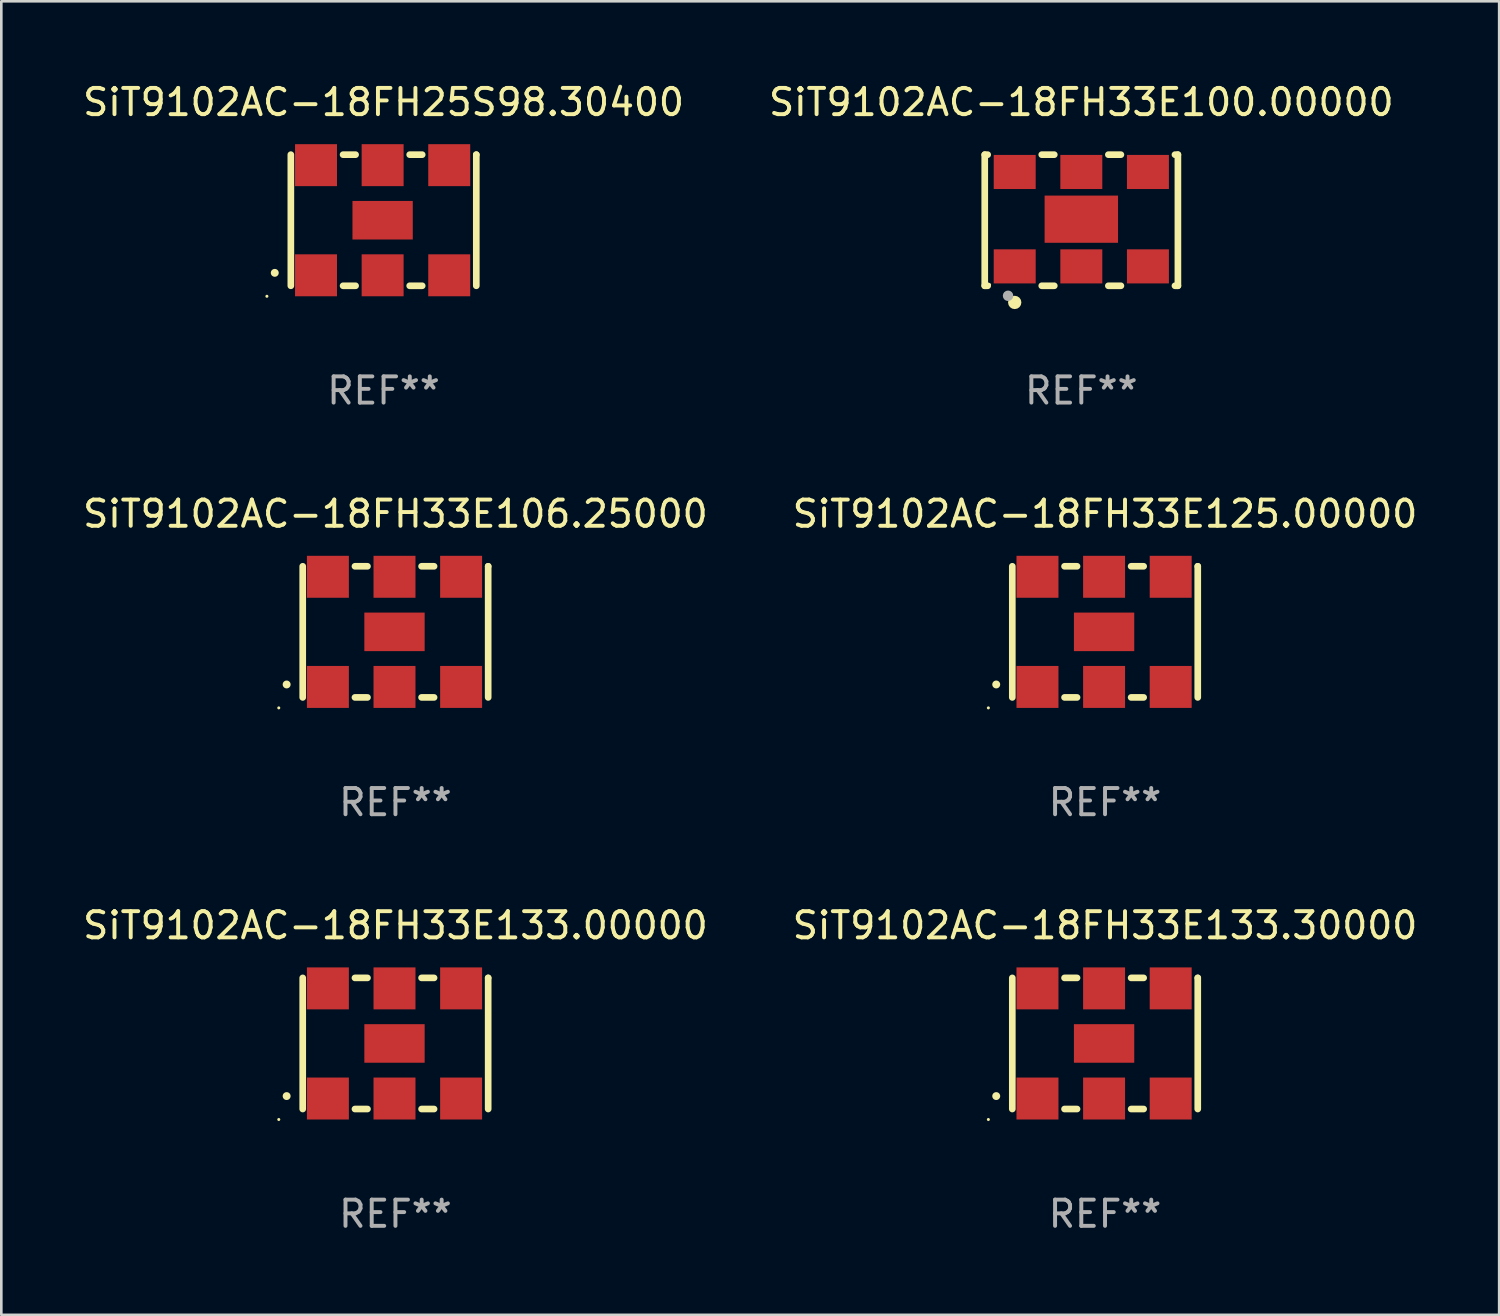
<source format=kicad_pcb>
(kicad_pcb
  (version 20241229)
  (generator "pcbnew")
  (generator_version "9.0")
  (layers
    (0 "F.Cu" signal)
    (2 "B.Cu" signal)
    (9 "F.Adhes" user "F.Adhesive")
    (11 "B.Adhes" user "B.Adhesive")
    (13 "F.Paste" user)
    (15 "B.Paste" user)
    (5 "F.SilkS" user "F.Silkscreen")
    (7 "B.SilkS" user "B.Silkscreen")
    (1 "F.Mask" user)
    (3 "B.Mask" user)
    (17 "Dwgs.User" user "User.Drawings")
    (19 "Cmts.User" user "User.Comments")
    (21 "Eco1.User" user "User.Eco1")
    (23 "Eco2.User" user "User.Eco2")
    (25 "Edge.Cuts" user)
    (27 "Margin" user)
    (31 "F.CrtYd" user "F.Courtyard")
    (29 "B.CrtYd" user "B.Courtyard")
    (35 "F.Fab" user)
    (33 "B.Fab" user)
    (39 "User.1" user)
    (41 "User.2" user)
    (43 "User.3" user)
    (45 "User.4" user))
  (footprint "SiT9102AC-18FH33E106.25000"
    (layer "F.Cu")
    (at 12.03 21.045)
    (property "Reference" "SiT9102AC-18FH33E106.25000" (at 0 -4.5 0) (layer "F.SilkS") (effects (font (size 1 1) (thickness 0.15))))
    (attr through_hole)
    (fp_line (start -3.536 -2.5) (end -3.536 2.5) (stroke (width 0.254) (type solid)) (layer "F.SilkS"))
    (fp_line (start -1.544 2.5) (end -1.067 2.5) (stroke (width 0.254) (type solid)) (layer "F.SilkS"))
    (fp_line (start -1.067 -2.5) (end -1.544 -2.5) (stroke (width 0.254) (type solid)) (layer "F.SilkS"))
    (fp_line (start 0.996 2.5) (end 1.473 2.5) (stroke (width 0.254) (type solid)) (layer "F.SilkS"))
    (fp_line (start 1.473 -2.5) (end 0.996 -2.5) (stroke (width 0.254) (type solid)) (layer "F.SilkS"))
    (fp_line (start 3.536 -2.5) (end 3.536 -2.5) (stroke (width 0.254) (type solid)) (layer "F.SilkS"))
    (fp_line (start 3.536 2.5) (end 3.536 -2.5) (stroke (width 0.254) (type solid)) (layer "F.SilkS"))
    (fp_arc (start -4.150432 2.006604) (mid -4.149162 2.006599) (end -4.147892 2.006604) (stroke (width 0.3) (type solid)) (layer "F.SilkS"))
    (fp_circle (center -4.449 2.9) (end -4.419 2.9) (stroke (width 0.06) (type solid)) (fill no) (layer "F.SilkS"))
    (fp_text user "REF**" (at 0 6.5 0) (layer "F.Fab") (effects (font (size 1 1) (thickness 0.15))))
    (pad "1" smd rect (at -2.576 2.1) (size 1.6 1.6) (layers "F.Cu" "F.Mask" "F.Paste"))
    (pad "2" smd rect (at -0.036 2.1) (size 1.6 1.6) (layers "F.Cu" "F.Mask" "F.Paste"))
    (pad "3" smd rect (at 2.504 2.1) (size 1.6 1.6) (layers "F.Cu" "F.Mask" "F.Paste"))
    (pad "4" smd rect (at 2.504 -2.1) (size 1.6 1.6) (layers "F.Cu" "F.Mask" "F.Paste"))
    (pad "5" smd rect (at -0.036 -2.1) (size 1.6 1.6) (layers "F.Cu" "F.Mask" "F.Paste"))
    (pad "6" smd rect (at -2.576 -2.1) (size 1.6 1.6) (layers "F.Cu" "F.Mask" "F.Paste"))
    (pad "7" smd rect (at -0.036 0) (size 2.3 1.47) (layers "F.Cu" "F.Mask" "F.Paste")))
  (footprint "SiT9102AC-18FH33E133.30000"
    (layer "F.Cu")
    (at 39.089 36.741)
    (property "Reference" "SiT9102AC-18FH33E133.30000" (at 0 -4.5 0) (layer "F.SilkS") (effects (font (size 1 1) (thickness 0.15))))
    (attr through_hole)
    (fp_line (start -3.536 -2.5) (end -3.536 2.5) (stroke (width 0.254) (type solid)) (layer "F.SilkS"))
    (fp_line (start -1.544 2.5) (end -1.067 2.5) (stroke (width 0.254) (type solid)) (layer "F.SilkS"))
    (fp_line (start -1.067 -2.5) (end -1.544 -2.5) (stroke (width 0.254) (type solid)) (layer "F.SilkS"))
    (fp_line (start 0.996 2.5) (end 1.473 2.5) (stroke (width 0.254) (type solid)) (layer "F.SilkS"))
    (fp_line (start 1.473 -2.5) (end 0.996 -2.5) (stroke (width 0.254) (type solid)) (layer "F.SilkS"))
    (fp_line (start 3.536 -2.5) (end 3.536 -2.5) (stroke (width 0.254) (type solid)) (layer "F.SilkS"))
    (fp_line (start 3.536 2.5) (end 3.536 -2.5) (stroke (width 0.254) (type solid)) (layer "F.SilkS"))
    (fp_arc (start -4.150432 2.006604) (mid -4.149162 2.006599) (end -4.147892 2.006604) (stroke (width 0.3) (type solid)) (layer "F.SilkS"))
    (fp_circle (center -4.449 2.9) (end -4.419 2.9) (stroke (width 0.06) (type solid)) (fill no) (layer "F.SilkS"))
    (fp_text user "REF**" (at 0 6.5 0) (layer "F.Fab") (effects (font (size 1 1) (thickness 0.15))))
    (pad "1" smd rect (at -2.576 2.1) (size 1.6 1.6) (layers "F.Cu" "F.Mask" "F.Paste"))
    (pad "2" smd rect (at -0.036 2.1) (size 1.6 1.6) (layers "F.Cu" "F.Mask" "F.Paste"))
    (pad "3" smd rect (at 2.504 2.1) (size 1.6 1.6) (layers "F.Cu" "F.Mask" "F.Paste"))
    (pad "4" smd rect (at 2.504 -2.1) (size 1.6 1.6) (layers "F.Cu" "F.Mask" "F.Paste"))
    (pad "5" smd rect (at -0.036 -2.1) (size 1.6 1.6) (layers "F.Cu" "F.Mask" "F.Paste"))
    (pad "6" smd rect (at -2.576 -2.1) (size 1.6 1.6) (layers "F.Cu" "F.Mask" "F.Paste"))
    (pad "7" smd rect (at -0.036 0) (size 2.3 1.47) (layers "F.Cu" "F.Mask" "F.Paste")))
  (footprint "SiT9102AC-18FH33E133.00000"
    (layer "F.Cu")
    (at 12.03 36.741)
    (property "Reference" "SiT9102AC-18FH33E133.00000" (at 0 -4.5 0) (layer "F.SilkS") (effects (font (size 1 1) (thickness 0.15))))
    (attr through_hole)
    (fp_line (start -3.536 -2.5) (end -3.536 2.5) (stroke (width 0.254) (type solid)) (layer "F.SilkS"))
    (fp_line (start -1.544 2.5) (end -1.067 2.5) (stroke (width 0.254) (type solid)) (layer "F.SilkS"))
    (fp_line (start -1.067 -2.5) (end -1.544 -2.5) (stroke (width 0.254) (type solid)) (layer "F.SilkS"))
    (fp_line (start 0.996 2.5) (end 1.473 2.5) (stroke (width 0.254) (type solid)) (layer "F.SilkS"))
    (fp_line (start 1.473 -2.5) (end 0.996 -2.5) (stroke (width 0.254) (type solid)) (layer "F.SilkS"))
    (fp_line (start 3.536 -2.5) (end 3.536 -2.5) (stroke (width 0.254) (type solid)) (layer "F.SilkS"))
    (fp_line (start 3.536 2.5) (end 3.536 -2.5) (stroke (width 0.254) (type solid)) (layer "F.SilkS"))
    (fp_arc (start -4.150432 2.006604) (mid -4.149162 2.006599) (end -4.147892 2.006604) (stroke (width 0.3) (type solid)) (layer "F.SilkS"))
    (fp_circle (center -4.449 2.9) (end -4.419 2.9) (stroke (width 0.06) (type solid)) (fill no) (layer "F.SilkS"))
    (fp_text user "REF**" (at 0 6.5 0) (layer "F.Fab") (effects (font (size 1 1) (thickness 0.15))))
    (pad "1" smd rect (at -2.576 2.1) (size 1.6 1.6) (layers "F.Cu" "F.Mask" "F.Paste"))
    (pad "2" smd rect (at -0.036 2.1) (size 1.6 1.6) (layers "F.Cu" "F.Mask" "F.Paste"))
    (pad "3" smd rect (at 2.504 2.1) (size 1.6 1.6) (layers "F.Cu" "F.Mask" "F.Paste"))
    (pad "4" smd rect (at 2.504 -2.1) (size 1.6 1.6) (layers "F.Cu" "F.Mask" "F.Paste"))
    (pad "5" smd rect (at -0.036 -2.1) (size 1.6 1.6) (layers "F.Cu" "F.Mask" "F.Paste"))
    (pad "6" smd rect (at -2.576 -2.1) (size 1.6 1.6) (layers "F.Cu" "F.Mask" "F.Paste"))
    (pad "7" smd rect (at -0.036 0) (size 2.3 1.47) (layers "F.Cu" "F.Mask" "F.Paste")))
  (footprint "SiT9102AC-18FH25S98.30400"
    (layer "F.Cu")
    (at 11.577 5.348)
    (property "Reference" "SiT9102AC-18FH25S98.30400" (at 0 -4.5 0) (layer "F.SilkS") (effects (font (size 1 1) (thickness 0.15))))
    (attr through_hole)
    (fp_line (start -3.536 -2.5) (end -3.536 2.5) (stroke (width 0.254) (type solid)) (layer "F.SilkS"))
    (fp_line (start -1.544 2.5) (end -1.067 2.5) (stroke (width 0.254) (type solid)) (layer "F.SilkS"))
    (fp_line (start -1.067 -2.5) (end -1.544 -2.5) (stroke (width 0.254) (type solid)) (layer "F.SilkS"))
    (fp_line (start 0.996 2.5) (end 1.473 2.5) (stroke (width 0.254) (type solid)) (layer "F.SilkS"))
    (fp_line (start 1.473 -2.5) (end 0.996 -2.5) (stroke (width 0.254) (type solid)) (layer "F.SilkS"))
    (fp_line (start 3.536 -2.5) (end 3.536 -2.5) (stroke (width 0.254) (type solid)) (layer "F.SilkS"))
    (fp_line (start 3.536 2.5) (end 3.536 -2.5) (stroke (width 0.254) (type solid)) (layer "F.SilkS"))
    (fp_arc (start -4.150432 2.006604) (mid -4.149162 2.006599) (end -4.147892 2.006604) (stroke (width 0.3) (type solid)) (layer "F.SilkS"))
    (fp_circle (center -4.449 2.9) (end -4.419 2.9) (stroke (width 0.06) (type solid)) (fill no) (layer "F.SilkS"))
    (fp_text user "REF**" (at 0 6.5 0) (layer "F.Fab") (effects (font (size 1 1) (thickness 0.15))))
    (pad "1" smd rect (at -2.576 2.1) (size 1.6 1.6) (layers "F.Cu" "F.Mask" "F.Paste"))
    (pad "2" smd rect (at -0.036 2.1) (size 1.6 1.6) (layers "F.Cu" "F.Mask" "F.Paste"))
    (pad "3" smd rect (at 2.504 2.1) (size 1.6 1.6) (layers "F.Cu" "F.Mask" "F.Paste"))
    (pad "4" smd rect (at 2.504 -2.1) (size 1.6 1.6) (layers "F.Cu" "F.Mask" "F.Paste"))
    (pad "5" smd rect (at -0.036 -2.1) (size 1.6 1.6) (layers "F.Cu" "F.Mask" "F.Paste"))
    (pad "6" smd rect (at -2.576 -2.1) (size 1.6 1.6) (layers "F.Cu" "F.Mask" "F.Paste"))
    (pad "7" smd rect (at -0.036 0) (size 2.3 1.47) (layers "F.Cu" "F.Mask" "F.Paste")))
  (footprint "SiT9102AC-18FH33E100.00000"
    (layer "F.Cu")
    (at 38.185 5.348)
    (property "Reference" "SiT9102AC-18FH33E100.00000" (at 0 -4.5 0) (layer "F.SilkS") (effects (font (size 1 1) (thickness 0.15))))
    (attr through_hole)
    (fp_line (start -3.683 -2.5) (end -3.571 -2.5) (stroke (width 0.254) (type solid)) (layer "F.SilkS"))
    (fp_line (start -3.683 2.5) (end -3.683 -2.5) (stroke (width 0.254) (type solid)) (layer "F.SilkS"))
    (fp_line (start -3.683 2.5) (end -3.571 2.5) (stroke (width 0.254) (type solid)) (layer "F.SilkS"))
    (fp_line (start -1.509 -2.5) (end -1.031 -2.5) (stroke (width 0.254) (type solid)) (layer "F.SilkS"))
    (fp_line (start -1.509 2.5) (end -1.031 2.5) (stroke (width 0.254) (type solid)) (layer "F.SilkS"))
    (fp_line (start 1.031 -2.5) (end 1.509 -2.5) (stroke (width 0.254) (type solid)) (layer "F.SilkS"))
    (fp_line (start 1.031 2.5) (end 1.509 2.5) (stroke (width 0.254) (type solid)) (layer "F.SilkS"))
    (fp_line (start 3.571 -2.5) (end 3.683 -2.5) (stroke (width 0.254) (type solid)) (layer "F.SilkS"))
    (fp_line (start 3.571 2.5) (end 3.683 2.5) (stroke (width 0.254) (type solid)) (layer "F.SilkS"))
    (fp_line (start 3.683 2.5) (end 3.683 -2.5) (stroke (width 0.254) (type solid)) (layer "F.SilkS"))
    (fp_circle (center -3.5 2.46) (end -3.47 2.46) (stroke (width 0.06) (type solid)) (fill no) (layer "F.SilkS"))
    (fp_circle (center -2.54 3.135) (end -2.413 3.135) (stroke (width 0.254) (type solid)) (fill no) (layer "F.SilkS"))
    (fp_circle (center -2.794 2.881) (end -2.694 2.881) (stroke (width 0.2) (type solid)) (fill no) (layer "F.Fab"))
    (fp_text user "REF**" (at 0 6.5 0) (layer "F.Fab") (effects (font (size 1 1) (thickness 0.15))))
    (pad "1" smd rect (at -2.54 1.76) (size 1.6 1.3) (layers "F.Cu" "F.Mask" "F.Paste"))
    (pad "2" smd rect (at 0 1.76) (size 1.6 1.3) (layers "F.Cu" "F.Mask" "F.Paste"))
    (pad "3" smd rect (at 2.54 1.76) (size 1.6 1.3) (layers "F.Cu" "F.Mask" "F.Paste"))
    (pad "4" smd rect (at 2.54 -1.84) (size 1.6 1.3) (layers "F.Cu" "F.Mask" "F.Paste"))
    (pad "5" smd rect (at 0 -1.84) (size 1.6 1.3) (layers "F.Cu" "F.Mask" "F.Paste"))
    (pad "6" smd rect (at -2.54 -1.84) (size 1.6 1.3) (layers "F.Cu" "F.Mask" "F.Paste"))
    (pad "7" smd rect (at 0 -0.04) (size 2.8 1.8) (layers "F.Cu" "F.Mask" "F.Paste")))
  (footprint "SiT9102AC-18FH33E125.00000"
    (layer "F.Cu")
    (at 39.089 21.045)
    (property "Reference" "SiT9102AC-18FH33E125.00000" (at 0 -4.5 0) (layer "F.SilkS") (effects (font (size 1 1) (thickness 0.15))))
    (attr through_hole)
    (fp_line (start -3.536 -2.5) (end -3.536 2.5) (stroke (width 0.254) (type solid)) (layer "F.SilkS"))
    (fp_line (start -1.544 2.5) (end -1.067 2.5) (stroke (width 0.254) (type solid)) (layer "F.SilkS"))
    (fp_line (start -1.067 -2.5) (end -1.544 -2.5) (stroke (width 0.254) (type solid)) (layer "F.SilkS"))
    (fp_line (start 0.996 2.5) (end 1.473 2.5) (stroke (width 0.254) (type solid)) (layer "F.SilkS"))
    (fp_line (start 1.473 -2.5) (end 0.996 -2.5) (stroke (width 0.254) (type solid)) (layer "F.SilkS"))
    (fp_line (start 3.536 -2.5) (end 3.536 -2.5) (stroke (width 0.254) (type solid)) (layer "F.SilkS"))
    (fp_line (start 3.536 2.5) (end 3.536 -2.5) (stroke (width 0.254) (type solid)) (layer "F.SilkS"))
    (fp_arc (start -4.150432 2.006604) (mid -4.149162 2.006599) (end -4.147892 2.006604) (stroke (width 0.3) (type solid)) (layer "F.SilkS"))
    (fp_circle (center -4.449 2.9) (end -4.419 2.9) (stroke (width 0.06) (type solid)) (fill no) (layer "F.SilkS"))
    (fp_text user "REF**" (at 0 6.5 0) (layer "F.Fab") (effects (font (size 1 1) (thickness 0.15))))
    (pad "1" smd rect (at -2.576 2.1) (size 1.6 1.6) (layers "F.Cu" "F.Mask" "F.Paste"))
    (pad "2" smd rect (at -0.036 2.1) (size 1.6 1.6) (layers "F.Cu" "F.Mask" "F.Paste"))
    (pad "3" smd rect (at 2.504 2.1) (size 1.6 1.6) (layers "F.Cu" "F.Mask" "F.Paste"))
    (pad "4" smd rect (at 2.504 -2.1) (size 1.6 1.6) (layers "F.Cu" "F.Mask" "F.Paste"))
    (pad "5" smd rect (at -0.036 -2.1) (size 1.6 1.6) (layers "F.Cu" "F.Mask" "F.Paste"))
    (pad "6" smd rect (at -2.576 -2.1) (size 1.6 1.6) (layers "F.Cu" "F.Mask" "F.Paste"))
    (pad "7" smd rect (at -0.036 0) (size 2.3 1.47) (layers "F.Cu" "F.Mask" "F.Paste")))
  (gr_rect
    (start -3 -3)
    (end 54.119 47.09)
    (stroke (width 0.1) (type default))
    (fill no)
    (layer "Edge.Cuts")))
</source>
